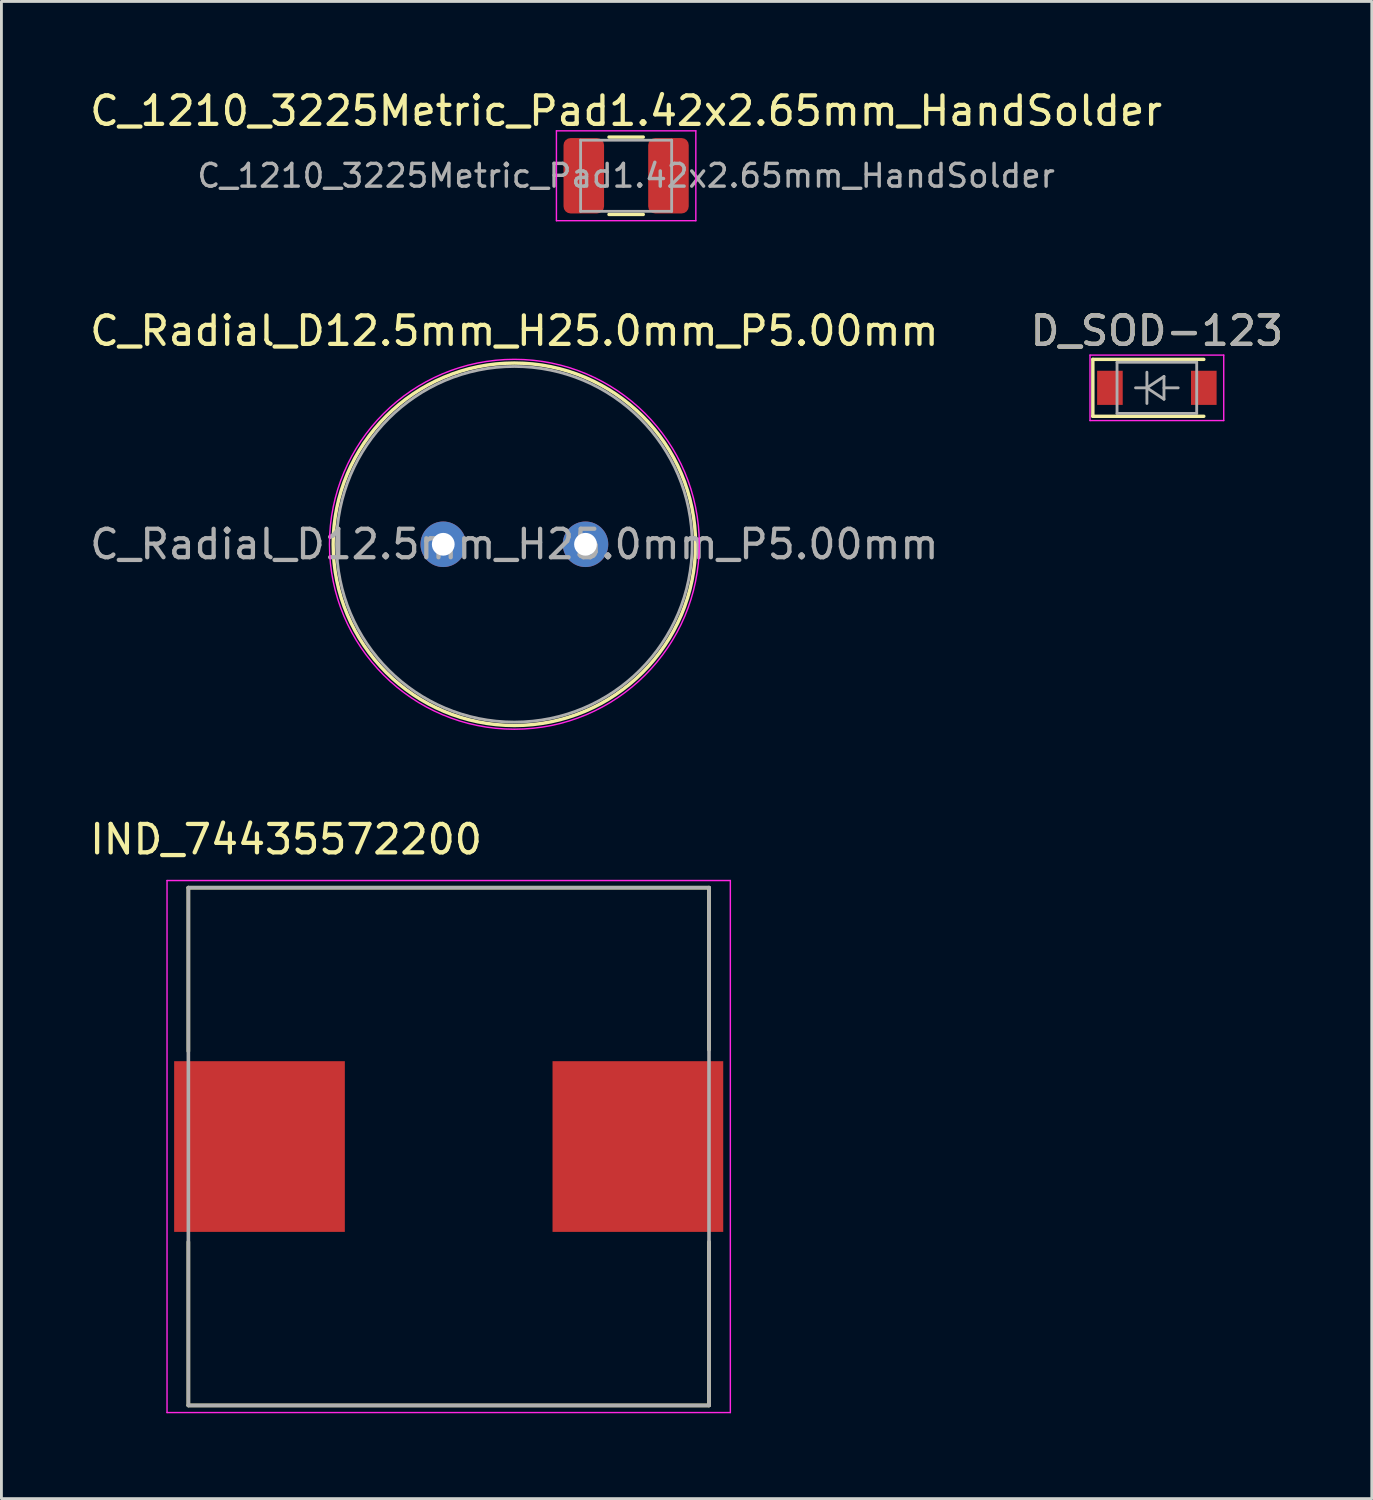
<source format=kicad_pcb>
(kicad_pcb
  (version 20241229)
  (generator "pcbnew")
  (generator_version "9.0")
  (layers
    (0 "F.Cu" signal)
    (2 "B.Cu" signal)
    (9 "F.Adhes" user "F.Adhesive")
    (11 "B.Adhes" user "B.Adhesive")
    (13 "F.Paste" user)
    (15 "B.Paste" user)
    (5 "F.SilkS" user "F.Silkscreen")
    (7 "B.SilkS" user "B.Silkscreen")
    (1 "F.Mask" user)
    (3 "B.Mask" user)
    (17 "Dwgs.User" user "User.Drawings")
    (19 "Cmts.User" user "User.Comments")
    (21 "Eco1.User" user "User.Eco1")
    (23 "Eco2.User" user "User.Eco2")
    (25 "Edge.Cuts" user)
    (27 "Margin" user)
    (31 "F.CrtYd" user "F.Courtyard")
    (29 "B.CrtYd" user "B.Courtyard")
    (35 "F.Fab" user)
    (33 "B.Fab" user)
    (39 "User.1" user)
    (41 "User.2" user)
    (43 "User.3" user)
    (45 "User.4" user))
  (footprint "C_Radial_D12.5mm_H25.0mm_P5.00mm"
    (layer "F.Cu")
    (at 12.53 16.081)
    (property "Reference" "C_Radial_D12.5mm_H25.0mm_P5.00mm" (at 2.5 -7.5 0) (layer "F.SilkS") (effects (font (size 1 1) (thickness 0.15))))
    (attr through_hole)
    (fp_circle (center 2.5 0) (end 8.87 0) (stroke (width 0.12) (type solid)) (fill no) (layer "F.SilkS"))
    (fp_circle (center 2.5 0) (end 9 0) (stroke (width 0.05) (type solid)) (fill no) (layer "F.CrtYd"))
    (fp_circle (center 2.5 0) (end 8.75 0) (stroke (width 0.1) (type solid)) (fill no) (layer "F.Fab"))
    (fp_text user "${REFERENCE}" (at 2.5 0 0) (layer "F.Fab") (effects (font (size 1 1) (thickness 0.15))))
    (pad "1" thru_hole circle (at 0 0) (size 1.6 1.6) (drill 0.8) (layers "*.Cu" "*.Mask"))
    (pad "2" thru_hole circle (at 5 0) (size 1.6 1.6) (drill 0.8) (layers "*.Cu" "*.Mask")))
  (footprint "C_1210_3225Metric_Pad1.42x2.65mm_HandSolder"
    (layer "F.Cu")
    (at 18.958 3.128)
    (property "Reference" "C_1210_3225Metric_Pad1.42x2.65mm_HandSolder" (at 0 -2.28 180) (layer "F.SilkS") (effects (font (size 1 1) (thickness 0.15))))
    (attr smd)
    (fp_line (start -0.602 -1.36) (end 0.602 -1.36) (stroke (width 0.12) (type solid)) (layer "F.SilkS"))
    (fp_line (start -0.602 1.36) (end 0.602 1.36) (stroke (width 0.12) (type solid)) (layer "F.SilkS"))
    (fp_line (start -2.45 -1.58) (end 2.45 -1.58) (stroke (width 0.05) (type solid)) (layer "F.CrtYd"))
    (fp_line (start -2.45 1.58) (end -2.45 -1.58) (stroke (width 0.05) (type solid)) (layer "F.CrtYd"))
    (fp_line (start 2.45 -1.58) (end 2.45 1.58) (stroke (width 0.05) (type solid)) (layer "F.CrtYd"))
    (fp_line (start 2.45 1.58) (end -2.45 1.58) (stroke (width 0.05) (type solid)) (layer "F.CrtYd"))
    (fp_line (start -1.6 -1.25) (end 1.6 -1.25) (stroke (width 0.1) (type solid)) (layer "F.Fab"))
    (fp_line (start -1.6 1.25) (end -1.6 -1.25) (stroke (width 0.1) (type solid)) (layer "F.Fab"))
    (fp_line (start 1.6 -1.25) (end 1.6 1.25) (stroke (width 0.1) (type solid)) (layer "F.Fab"))
    (fp_line (start 1.6 1.25) (end -1.6 1.25) (stroke (width 0.1) (type solid)) (layer "F.Fab"))
    (fp_text user "${REFERENCE}" (at 0 0 180) (layer "F.Fab") (effects (font (size 0.8 0.8) (thickness 0.12))))
    (pad "1" smd roundrect (at -1.488 0) (size 1.425 2.65) (layers "F.Cu" "F.Mask" "F.Paste") (roundrect_rratio 0.175))
    (pad "2" smd roundrect (at 1.488 0) (size 1.425 2.65) (layers "F.Cu" "F.Mask" "F.Paste") (roundrect_rratio 0.175)))
  (footprint "IND_74435572200"
    (layer "F.Cu")
    (at 12.721 37.25)
    (property "Reference" "IND_74435572200" (at -5.715 -10.795 0) (layer "F.SilkS") (effects (font (size 1 1) (thickness 0.15))))
    (attr through_hole)
    (fp_line (start -9.15 -9.1) (end -9.15 -3.35) (stroke (width 0.127) (type solid)) (layer "F.SilkS"))
    (fp_line (start -9.15 3.35) (end -9.15 9.1) (stroke (width 0.127) (type solid)) (layer "F.SilkS"))
    (fp_line (start -9.15 9.1) (end 9.15 9.1) (stroke (width 0.127) (type solid)) (layer "F.SilkS"))
    (fp_line (start 9.15 -9.1) (end -9.15 -9.1) (stroke (width 0.127) (type solid)) (layer "F.SilkS"))
    (fp_line (start 9.15 -3.4) (end 9.15 -9.1) (stroke (width 0.127) (type solid)) (layer "F.SilkS"))
    (fp_line (start 9.15 9.1) (end 9.15 3.35) (stroke (width 0.127) (type solid)) (layer "F.SilkS"))
    (fp_line (start -9.9 -9.35) (end 9.9 -9.35) (stroke (width 0.05) (type solid)) (layer "F.CrtYd"))
    (fp_line (start -9.9 9.35) (end -9.9 -9.35) (stroke (width 0.05) (type solid)) (layer "F.CrtYd"))
    (fp_line (start 9.9 -9.35) (end 9.9 9.35) (stroke (width 0.05) (type solid)) (layer "F.CrtYd"))
    (fp_line (start 9.9 9.35) (end -9.9 9.35) (stroke (width 0.05) (type solid)) (layer "F.CrtYd"))
    (fp_line (start -9.15 -9.1) (end -9.15 9.1) (stroke (width 0.127) (type solid)) (layer "F.Fab"))
    (fp_line (start -9.15 9.1) (end 9.15 9.1) (stroke (width 0.127) (type solid)) (layer "F.Fab"))
    (fp_line (start 9.15 -9.1) (end -9.15 -9.1) (stroke (width 0.127) (type solid)) (layer "F.Fab"))
    (fp_line (start 9.15 9.1) (end 9.15 -9.1) (stroke (width 0.127) (type solid)) (layer "F.Fab"))
    (pad "1" smd rect (at -6.65 0) (size 6 6) (layers "F.Cu" "F.Mask" "F.Paste"))
    (pad "2" smd rect (at 6.65 0) (size 6 6) (layers "F.Cu" "F.Mask" "F.Paste")))
  (footprint "D_SOD-123"
    (layer "F.Cu")
    (at 37.613 10.582)
    (property "Reference" "D_SOD-123" (at 0 -2 180) (layer "F.SilkS") (effects (font (size 1 1) (thickness 0.15))))
    (attr smd)
    (fp_line (start -2.25 -1) (end -2.25 1) (stroke (width 0.12) (type solid)) (layer "F.SilkS"))
    (fp_line (start -2.25 -1) (end 1.65 -1) (stroke (width 0.12) (type solid)) (layer "F.SilkS"))
    (fp_line (start -2.25 1) (end 1.65 1) (stroke (width 0.12) (type solid)) (layer "F.SilkS"))
    (fp_line (start -2.35 -1.15) (end -2.35 1.15) (stroke (width 0.05) (type solid)) (layer "F.CrtYd"))
    (fp_line (start -2.35 -1.15) (end 2.35 -1.15) (stroke (width 0.05) (type solid)) (layer "F.CrtYd"))
    (fp_line (start 2.35 -1.15) (end 2.35 1.15) (stroke (width 0.05) (type solid)) (layer "F.CrtYd"))
    (fp_line (start 2.35 1.15) (end -2.35 1.15) (stroke (width 0.05) (type solid)) (layer "F.CrtYd"))
    (fp_line (start -1.4 -0.9) (end 1.4 -0.9) (stroke (width 0.1) (type solid)) (layer "F.Fab"))
    (fp_line (start -1.4 0.9) (end -1.4 -0.9) (stroke (width 0.1) (type solid)) (layer "F.Fab"))
    (fp_line (start -0.75 0) (end -0.35 0) (stroke (width 0.1) (type solid)) (layer "F.Fab"))
    (fp_line (start -0.35 0) (end -0.35 -0.55) (stroke (width 0.1) (type solid)) (layer "F.Fab"))
    (fp_line (start -0.35 0) (end -0.35 0.55) (stroke (width 0.1) (type solid)) (layer "F.Fab"))
    (fp_line (start -0.35 0) (end 0.25 -0.4) (stroke (width 0.1) (type solid)) (layer "F.Fab"))
    (fp_line (start 0.25 -0.4) (end 0.25 0.4) (stroke (width 0.1) (type solid)) (layer "F.Fab"))
    (fp_line (start 0.25 0) (end 0.75 0) (stroke (width 0.1) (type solid)) (layer "F.Fab"))
    (fp_line (start 0.25 0.4) (end -0.35 0) (stroke (width 0.1) (type solid)) (layer "F.Fab"))
    (fp_line (start 1.4 -0.9) (end 1.4 0.9) (stroke (width 0.1) (type solid)) (layer "F.Fab"))
    (fp_line (start 1.4 0.9) (end -1.4 0.9) (stroke (width 0.1) (type solid)) (layer "F.Fab"))
    (fp_text user "${REFERENCE}" (at 0 -2 180) (layer "F.Fab") (effects (font (size 1 1) (thickness 0.15))))
    (pad "1" smd rect (at -1.65 0) (size 0.9 1.2) (layers "F.Cu" "F.Mask" "F.Paste"))
    (pad "2" smd rect (at 1.65 0) (size 0.9 1.2) (layers "F.Cu" "F.Mask" "F.Paste")))
  (gr_rect
    (start -3 -3)
    (end 45.167 49.625)
    (stroke (width 0.1) (type default))
    (fill no)
    (layer "Edge.Cuts")))
</source>
